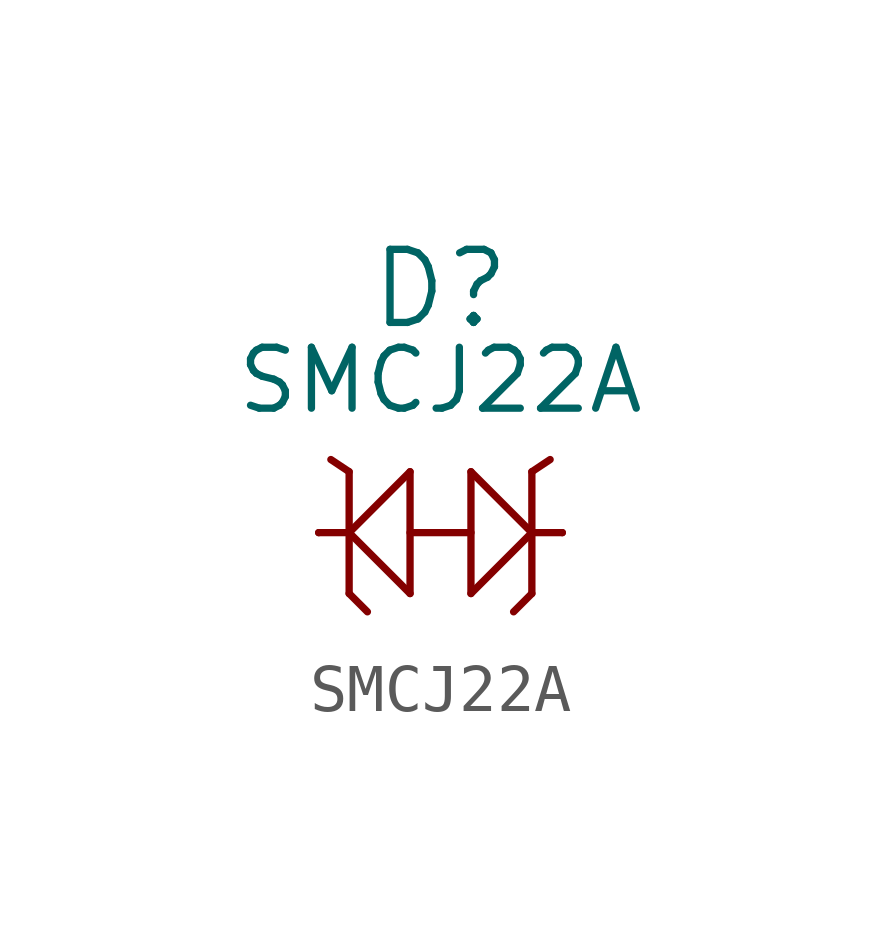
<source format=kicad_sym>
(kicad_symbol_lib
  (version 20220914)
  (generator kicad_symbol_editor)
  (symbol "SMCJ22A"
    (pin_numbers hide)
    (pin_names
      (offset 1.016) hide)
    (property "Reference" "D"
      (at 2.54 5.08 0)
      (effects (font (size 1.524 1.524))))
    (property "Value" "SMCJ22A"
      (at 2.54 3.175 0)
      (effects (font (size 1.27 1.27))))
    (symbol "SMCJ22A_0_1"
      (polyline (pts (xy 0 0) (xy 0.635 0)) (stroke (width 0) (type solid)) (fill (type none)))
      (polyline (pts (xy 0.254 1.524) (xy 0.635 1.27)) (stroke (width 0) (type solid)) (fill (type none)))
      (polyline (pts (xy 0.635 -1.27) (xy 1.016 -1.651)) (stroke (width 0) (type solid)) (fill (type none)))
      (polyline (pts (xy 0.635 1.27) (xy 0.635 -1.27)) (stroke (width 0) (type solid)) (fill (type none)))
      (polyline (pts (xy 1.905 1.27) (xy 1.905 -1.27)) (stroke (width 0) (type solid)) (fill (type none)))
      (polyline (pts (xy 3.175 0) (xy 1.905 0)) (stroke (width 0) (type solid)) (fill (type none)))
      (polyline (pts (xy 3.175 1.27) (xy 3.175 -1.27)) (stroke (width 0) (type solid)) (fill (type none)))
      (polyline (pts (xy 4.445 -1.27) (xy 4.064 -1.651)) (stroke (width 0) (type solid)) (fill (type none)))
      (polyline (pts (xy 4.445 1.27) (xy 4.445 -1.27)) (stroke (width 0) (type solid)) (fill (type none)))
      (polyline (pts (xy 4.826 1.524) (xy 4.445 1.27)) (stroke (width 0) (type solid)) (fill (type none)))
      (polyline (pts (xy 5.08 0) (xy 4.445 0)) (stroke (width 0) (type solid)) (fill (type none)))
      (polyline (pts (xy 1.905 1.27) (xy 0.635 0) (xy 1.905 -1.27)) (stroke (width 0) (type solid)) (fill (type none)))
      (polyline (pts (xy 3.175 1.27) (xy 4.445 0) (xy 3.175 -1.27)) (stroke (width 0) (type solid)) (fill (type none))))
    (symbol "SMCJ22A_1_1"
      (pin passive line (at 0 0 0) (length 0) (name "A" (effects (font (size 1.27 1.27)))) (number "A" (effects (font (size 1.27 1.27)))))
      (pin passive line (at 5.08 0 180) (length 0) (name "C" (effects (font (size 1.27 1.27)))) (number "C" (effects (font (size 1.27 1.27))))))))
</source>
